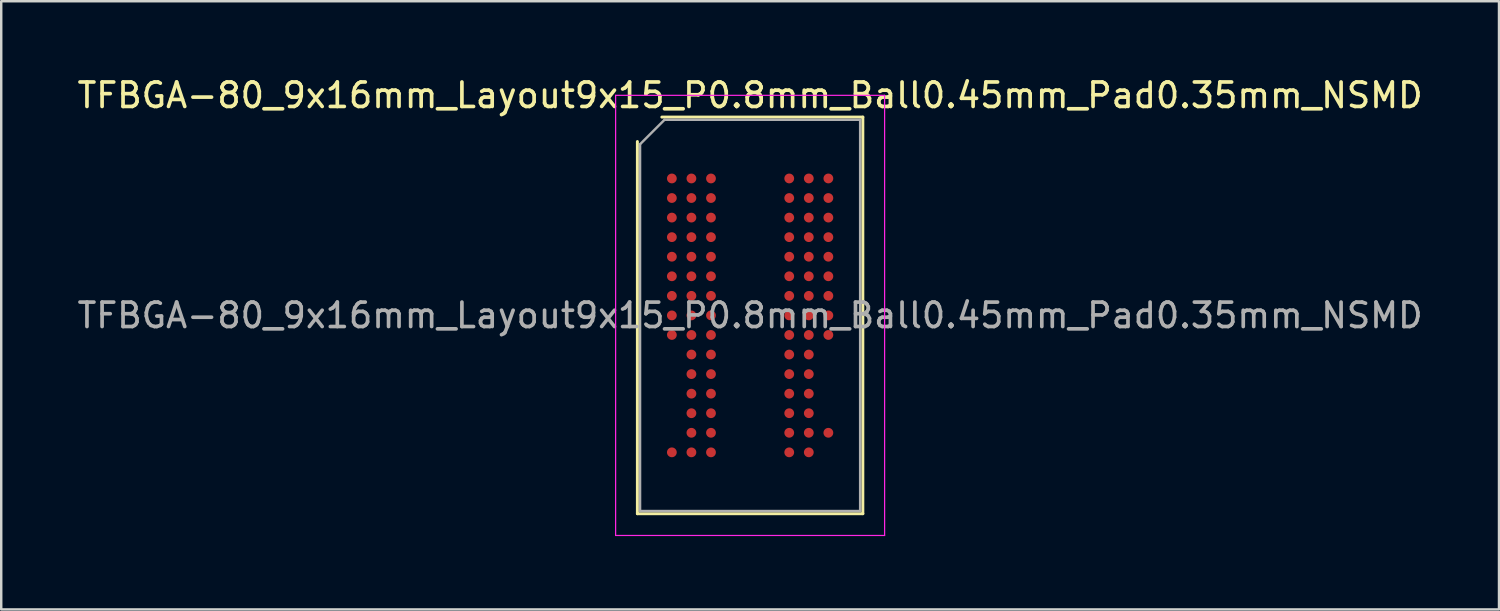
<source format=kicad_pcb>
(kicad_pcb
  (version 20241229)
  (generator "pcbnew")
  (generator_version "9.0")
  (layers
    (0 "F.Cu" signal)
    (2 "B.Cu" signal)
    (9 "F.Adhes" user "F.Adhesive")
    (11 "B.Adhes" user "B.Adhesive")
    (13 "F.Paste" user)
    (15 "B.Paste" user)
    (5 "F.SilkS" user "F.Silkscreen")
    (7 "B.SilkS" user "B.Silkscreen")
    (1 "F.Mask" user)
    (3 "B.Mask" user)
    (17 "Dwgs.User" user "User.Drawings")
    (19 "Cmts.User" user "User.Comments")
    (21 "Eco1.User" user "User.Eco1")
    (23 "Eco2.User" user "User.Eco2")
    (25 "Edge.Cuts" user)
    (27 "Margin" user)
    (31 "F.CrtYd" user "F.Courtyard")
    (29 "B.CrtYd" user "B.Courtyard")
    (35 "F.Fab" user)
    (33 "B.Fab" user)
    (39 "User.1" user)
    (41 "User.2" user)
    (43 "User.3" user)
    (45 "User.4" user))
  (footprint "TFBGA-80_9x16mm_Layout9x15_P0.8mm_Ball0.45mm_Pad0.35mm_NSMD"
    (layer "F.Cu")
    (at 27.625 9.848)
    (property "Reference" "TFBGA-80_9x16mm_Layout9x15_P0.8mm_Ball0.45mm_Pad0.35mm_NSMD" (at 0 -9 0) (layer "F.SilkS") (effects (font (size 1 1) (thickness 0.15))))
    (attr smd)
    (fp_line (start -4.61 8.11) (end -4.61 -7.11) (stroke (width 0.12) (type solid)) (layer "F.SilkS"))
    (fp_line (start -3.61 -8.11) (end 4.61 -8.11) (stroke (width 0.12) (type solid)) (layer "F.SilkS"))
    (fp_line (start 4.61 -8.11) (end 4.61 8.11) (stroke (width 0.12) (type solid)) (layer "F.SilkS"))
    (fp_line (start 4.61 8.11) (end -4.61 8.11) (stroke (width 0.12) (type solid)) (layer "F.SilkS"))
    (fp_line (start -5.5 -9) (end -5.5 9) (stroke (width 0.05) (type solid)) (layer "F.CrtYd"))
    (fp_line (start -5.5 9) (end 5.5 9) (stroke (width 0.05) (type solid)) (layer "F.CrtYd"))
    (fp_line (start 5.5 -9) (end -5.5 -9) (stroke (width 0.05) (type solid)) (layer "F.CrtYd"))
    (fp_line (start 5.5 9) (end 5.5 -9) (stroke (width 0.05) (type solid)) (layer "F.CrtYd"))
    (fp_line (start -4.5 -7) (end -3.5 -8) (stroke (width 0.1) (type solid)) (layer "F.Fab"))
    (fp_line (start -4.5 8) (end -4.5 -7) (stroke (width 0.1) (type solid)) (layer "F.Fab"))
    (fp_line (start -3.5 -8) (end 4.5 -8) (stroke (width 0.1) (type solid)) (layer "F.Fab"))
    (fp_line (start 4.5 -8) (end 4.5 8) (stroke (width 0.1) (type solid)) (layer "F.Fab"))
    (fp_line (start 4.5 8) (end -4.5 8) (stroke (width 0.1) (type solid)) (layer "F.Fab"))
    (fp_text user "${REFERENCE}" (at 0 0 0) (layer "F.Fab") (effects (font (size 1 1) (thickness 0.15))))
    (pad "A1" smd circle (at -3.2 -5.6) (size 0.4 0.4) (layers "F.Cu" "F.Mask" "F.Paste"))
    (pad "A2" smd circle (at -2.4 -5.6) (size 0.4 0.4) (layers "F.Cu" "F.Mask" "F.Paste"))
    (pad "A3" smd circle (at -1.6 -5.6) (size 0.4 0.4) (layers "F.Cu" "F.Mask" "F.Paste"))
    (pad "A7" smd circle (at 1.6 -5.6) (size 0.4 0.4) (layers "F.Cu" "F.Mask" "F.Paste"))
    (pad "A8" smd circle (at 2.4 -5.6) (size 0.4 0.4) (layers "F.Cu" "F.Mask" "F.Paste"))
    (pad "A9" smd circle (at 3.2 -5.6) (size 0.4 0.4) (layers "F.Cu" "F.Mask" "F.Paste"))
    (pad "B1" smd circle (at -3.2 -4.8) (size 0.4 0.4) (layers "F.Cu" "F.Mask" "F.Paste"))
    (pad "B2" smd circle (at -2.4 -4.8) (size 0.4 0.4) (layers "F.Cu" "F.Mask" "F.Paste"))
    (pad "B3" smd circle (at -1.6 -4.8) (size 0.4 0.4) (layers "F.Cu" "F.Mask" "F.Paste"))
    (pad "B7" smd circle (at 1.6 -4.8) (size 0.4 0.4) (layers "F.Cu" "F.Mask" "F.Paste"))
    (pad "B8" smd circle (at 2.4 -4.8) (size 0.4 0.4) (layers "F.Cu" "F.Mask" "F.Paste"))
    (pad "B9" smd circle (at 3.2 -4.8) (size 0.4 0.4) (layers "F.Cu" "F.Mask" "F.Paste"))
    (pad "C1" smd circle (at -3.2 -4) (size 0.4 0.4) (layers "F.Cu" "F.Mask" "F.Paste"))
    (pad "C2" smd circle (at -2.4 -4) (size 0.4 0.4) (layers "F.Cu" "F.Mask" "F.Paste"))
    (pad "C3" smd circle (at -1.6 -4) (size 0.4 0.4) (layers "F.Cu" "F.Mask" "F.Paste"))
    (pad "C7" smd circle (at 1.6 -4) (size 0.4 0.4) (layers "F.Cu" "F.Mask" "F.Paste"))
    (pad "C8" smd circle (at 2.4 -4) (size 0.4 0.4) (layers "F.Cu" "F.Mask" "F.Paste"))
    (pad "C9" smd circle (at 3.2 -4) (size 0.4 0.4) (layers "F.Cu" "F.Mask" "F.Paste"))
    (pad "D1" smd circle (at -3.2 -3.2) (size 0.4 0.4) (layers "F.Cu" "F.Mask" "F.Paste"))
    (pad "D2" smd circle (at -2.4 -3.2) (size 0.4 0.4) (layers "F.Cu" "F.Mask" "F.Paste"))
    (pad "D3" smd circle (at -1.6 -3.2) (size 0.4 0.4) (layers "F.Cu" "F.Mask" "F.Paste"))
    (pad "D7" smd circle (at 1.6 -3.2) (size 0.4 0.4) (layers "F.Cu" "F.Mask" "F.Paste"))
    (pad "D8" smd circle (at 2.4 -3.2) (size 0.4 0.4) (layers "F.Cu" "F.Mask" "F.Paste"))
    (pad "D9" smd circle (at 3.2 -3.2) (size 0.4 0.4) (layers "F.Cu" "F.Mask" "F.Paste"))
    (pad "E1" smd circle (at -3.2 -2.4) (size 0.4 0.4) (layers "F.Cu" "F.Mask" "F.Paste"))
    (pad "E2" smd circle (at -2.4 -2.4) (size 0.4 0.4) (layers "F.Cu" "F.Mask" "F.Paste"))
    (pad "E3" smd circle (at -1.6 -2.4) (size 0.4 0.4) (layers "F.Cu" "F.Mask" "F.Paste"))
    (pad "E7" smd circle (at 1.6 -2.4) (size 0.4 0.4) (layers "F.Cu" "F.Mask" "F.Paste"))
    (pad "E8" smd circle (at 2.4 -2.4) (size 0.4 0.4) (layers "F.Cu" "F.Mask" "F.Paste"))
    (pad "E9" smd circle (at 3.2 -2.4) (size 0.4 0.4) (layers "F.Cu" "F.Mask" "F.Paste"))
    (pad "F1" smd circle (at -3.2 -1.6) (size 0.4 0.4) (layers "F.Cu" "F.Mask" "F.Paste"))
    (pad "F2" smd circle (at -2.4 -1.6) (size 0.4 0.4) (layers "F.Cu" "F.Mask" "F.Paste"))
    (pad "F3" smd circle (at -1.6 -1.6) (size 0.4 0.4) (layers "F.Cu" "F.Mask" "F.Paste"))
    (pad "F7" smd circle (at 1.6 -1.6) (size 0.4 0.4) (layers "F.Cu" "F.Mask" "F.Paste"))
    (pad "F8" smd circle (at 2.4 -1.6) (size 0.4 0.4) (layers "F.Cu" "F.Mask" "F.Paste"))
    (pad "F9" smd circle (at 3.2 -1.6) (size 0.4 0.4) (layers "F.Cu" "F.Mask" "F.Paste"))
    (pad "G1" smd circle (at -3.2 -0.8) (size 0.4 0.4) (layers "F.Cu" "F.Mask" "F.Paste"))
    (pad "G2" smd circle (at -2.4 -0.8) (size 0.4 0.4) (layers "F.Cu" "F.Mask" "F.Paste"))
    (pad "G3" smd circle (at -1.6 -0.8) (size 0.4 0.4) (layers "F.Cu" "F.Mask" "F.Paste"))
    (pad "G7" smd circle (at 1.6 -0.8) (size 0.4 0.4) (layers "F.Cu" "F.Mask" "F.Paste"))
    (pad "G8" smd circle (at 2.4 -0.8) (size 0.4 0.4) (layers "F.Cu" "F.Mask" "F.Paste"))
    (pad "G9" smd circle (at 3.2 -0.8) (size 0.4 0.4) (layers "F.Cu" "F.Mask" "F.Paste"))
    (pad "H1" smd circle (at -3.2 0) (size 0.4 0.4) (layers "F.Cu" "F.Mask" "F.Paste"))
    (pad "H2" smd circle (at -2.4 0) (size 0.4 0.4) (layers "F.Cu" "F.Mask" "F.Paste"))
    (pad "H3" smd circle (at -1.6 0) (size 0.4 0.4) (layers "F.Cu" "F.Mask" "F.Paste"))
    (pad "H7" smd circle (at 1.6 0) (size 0.4 0.4) (layers "F.Cu" "F.Mask" "F.Paste"))
    (pad "H8" smd circle (at 2.4 0) (size 0.4 0.4) (layers "F.Cu" "F.Mask" "F.Paste"))
    (pad "H9" smd circle (at 3.2 0) (size 0.4 0.4) (layers "F.Cu" "F.Mask" "F.Paste"))
    (pad "J1" smd circle (at -3.2 0.8) (size 0.4 0.4) (layers "F.Cu" "F.Mask" "F.Paste"))
    (pad "J2" smd circle (at -2.4 0.8) (size 0.4 0.4) (layers "F.Cu" "F.Mask" "F.Paste"))
    (pad "J3" smd circle (at -1.6 0.8) (size 0.4 0.4) (layers "F.Cu" "F.Mask" "F.Paste"))
    (pad "J7" smd circle (at 1.6 0.8) (size 0.4 0.4) (layers "F.Cu" "F.Mask" "F.Paste"))
    (pad "J8" smd circle (at 2.4 0.8) (size 0.4 0.4) (layers "F.Cu" "F.Mask" "F.Paste"))
    (pad "J9" smd circle (at 3.2 0.8) (size 0.4 0.4) (layers "F.Cu" "F.Mask" "F.Paste"))
    (pad "K2" smd circle (at -2.4 1.6) (size 0.4 0.4) (layers "F.Cu" "F.Mask" "F.Paste"))
    (pad "K3" smd circle (at -1.6 1.6) (size 0.4 0.4) (layers "F.Cu" "F.Mask" "F.Paste"))
    (pad "K7" smd circle (at 1.6 1.6) (size 0.4 0.4) (layers "F.Cu" "F.Mask" "F.Paste"))
    (pad "K8" smd circle (at 2.4 1.6) (size 0.4 0.4) (layers "F.Cu" "F.Mask" "F.Paste"))
    (pad "L2" smd circle (at -2.4 2.4) (size 0.4 0.4) (layers "F.Cu" "F.Mask" "F.Paste"))
    (pad "L3" smd circle (at -1.6 2.4) (size 0.4 0.4) (layers "F.Cu" "F.Mask" "F.Paste"))
    (pad "L7" smd circle (at 1.6 2.4) (size 0.4 0.4) (layers "F.Cu" "F.Mask" "F.Paste"))
    (pad "L8" smd circle (at 2.4 2.4) (size 0.4 0.4) (layers "F.Cu" "F.Mask" "F.Paste"))
    (pad "M2" smd circle (at -2.4 3.2) (size 0.4 0.4) (layers "F.Cu" "F.Mask" "F.Paste"))
    (pad "M3" smd circle (at -1.6 3.2) (size 0.4 0.4) (layers "F.Cu" "F.Mask" "F.Paste"))
    (pad "M7" smd circle (at 1.6 3.2) (size 0.4 0.4) (layers "F.Cu" "F.Mask" "F.Paste"))
    (pad "M8" smd circle (at 2.4 3.2) (size 0.4 0.4) (layers "F.Cu" "F.Mask" "F.Paste"))
    (pad "N2" smd circle (at -2.4 4) (size 0.4 0.4) (layers "F.Cu" "F.Mask" "F.Paste"))
    (pad "N3" smd circle (at -1.6 4) (size 0.4 0.4) (layers "F.Cu" "F.Mask" "F.Paste"))
    (pad "N7" smd circle (at 1.6 4) (size 0.4 0.4) (layers "F.Cu" "F.Mask" "F.Paste"))
    (pad "N8" smd circle (at 2.4 4) (size 0.4 0.4) (layers "F.Cu" "F.Mask" "F.Paste"))
    (pad "P2" smd circle (at -2.4 4.8) (size 0.4 0.4) (layers "F.Cu" "F.Mask" "F.Paste"))
    (pad "P3" smd circle (at -1.6 4.8) (size 0.4 0.4) (layers "F.Cu" "F.Mask" "F.Paste"))
    (pad "P7" smd circle (at 1.6 4.8) (size 0.4 0.4) (layers "F.Cu" "F.Mask" "F.Paste"))
    (pad "P8" smd circle (at 2.4 4.8) (size 0.4 0.4) (layers "F.Cu" "F.Mask" "F.Paste"))
    (pad "P9" smd circle (at 3.2 4.8) (size 0.4 0.4) (layers "F.Cu" "F.Mask" "F.Paste"))
    (pad "R1" smd circle (at -3.2 5.6) (size 0.4 0.4) (layers "F.Cu" "F.Mask" "F.Paste"))
    (pad "R2" smd circle (at -2.4 5.6) (size 0.4 0.4) (layers "F.Cu" "F.Mask" "F.Paste"))
    (pad "R3" smd circle (at -1.6 5.6) (size 0.4 0.4) (layers "F.Cu" "F.Mask" "F.Paste"))
    (pad "R7" smd circle (at 1.6 5.6) (size 0.4 0.4) (layers "F.Cu" "F.Mask" "F.Paste"))
    (pad "R8" smd circle (at 2.4 5.6) (size 0.4 0.4) (layers "F.Cu" "F.Mask" "F.Paste")))
  (gr_rect
    (start -3 -3)
    (end 58.25 21.873)
    (stroke (width 0.1) (type default))
    (fill no)
    (layer "Edge.Cuts")))
</source>
